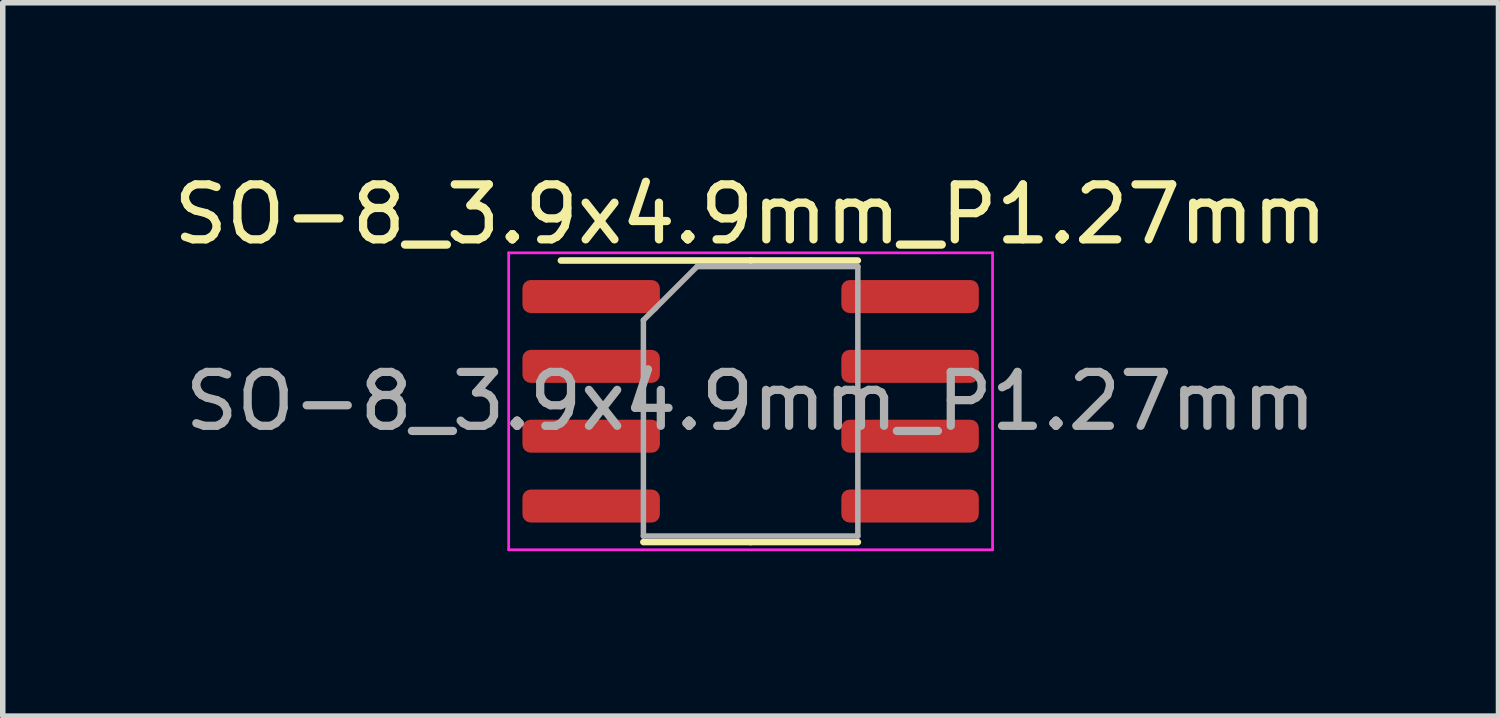
<source format=kicad_pcb>
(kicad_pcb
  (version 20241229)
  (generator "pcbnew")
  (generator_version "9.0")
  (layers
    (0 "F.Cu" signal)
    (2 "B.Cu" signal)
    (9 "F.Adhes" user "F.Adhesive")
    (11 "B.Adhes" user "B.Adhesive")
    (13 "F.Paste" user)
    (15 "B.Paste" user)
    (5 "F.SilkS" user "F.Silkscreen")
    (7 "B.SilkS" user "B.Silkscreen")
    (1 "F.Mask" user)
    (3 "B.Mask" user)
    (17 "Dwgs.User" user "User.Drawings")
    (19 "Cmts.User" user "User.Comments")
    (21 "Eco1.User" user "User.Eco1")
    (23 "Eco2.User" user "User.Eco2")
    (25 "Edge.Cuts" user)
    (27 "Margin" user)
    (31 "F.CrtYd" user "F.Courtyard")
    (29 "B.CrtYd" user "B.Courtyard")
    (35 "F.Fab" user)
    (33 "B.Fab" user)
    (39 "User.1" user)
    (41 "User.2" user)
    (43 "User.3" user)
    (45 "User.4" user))
  (footprint "SO-8_3.9x4.9mm_P1.27mm"
    (layer "F.Cu")
    (at 10.601 4.248)
    (property "Reference" "SO-8_3.9x4.9mm_P1.27mm" (at 0 -3.4 0) (layer "F.SilkS") (effects (font (size 1 1) (thickness 0.15))))
    (attr smd)
    (fp_line (start 0 -2.56) (end -3.45 -2.56) (stroke (width 0.12) (type solid)) (layer "F.SilkS"))
    (fp_line (start 0 -2.56) (end 1.95 -2.56) (stroke (width 0.12) (type solid)) (layer "F.SilkS"))
    (fp_line (start 0 2.56) (end -1.95 2.56) (stroke (width 0.12) (type solid)) (layer "F.SilkS"))
    (fp_line (start 0 2.56) (end 1.95 2.56) (stroke (width 0.12) (type solid)) (layer "F.SilkS"))
    (fp_line (start -4.4 -2.7) (end -4.4 2.7) (stroke (width 0.05) (type solid)) (layer "F.CrtYd"))
    (fp_line (start -4.4 2.7) (end 4.4 2.7) (stroke (width 0.05) (type solid)) (layer "F.CrtYd"))
    (fp_line (start 4.4 -2.7) (end -4.4 -2.7) (stroke (width 0.05) (type solid)) (layer "F.CrtYd"))
    (fp_line (start 4.4 2.7) (end 4.4 -2.7) (stroke (width 0.05) (type solid)) (layer "F.CrtYd"))
    (fp_line (start -1.95 -1.475) (end -0.975 -2.45) (stroke (width 0.1) (type solid)) (layer "F.Fab"))
    (fp_line (start -1.95 2.45) (end -1.95 -1.475) (stroke (width 0.1) (type solid)) (layer "F.Fab"))
    (fp_line (start -0.975 -2.45) (end 1.95 -2.45) (stroke (width 0.1) (type solid)) (layer "F.Fab"))
    (fp_line (start 1.95 -2.45) (end 1.95 2.45) (stroke (width 0.1) (type solid)) (layer "F.Fab"))
    (fp_line (start 1.95 2.45) (end -1.95 2.45) (stroke (width 0.1) (type solid)) (layer "F.Fab"))
    (fp_text user "${REFERENCE}" (at 0 0 0) (layer "F.Fab") (effects (font (size 0.98 0.98) (thickness 0.15))))
    (pad "1" smd roundrect (at -2.9 -1.905) (size 2.5 0.6) (layers "F.Cu" "F.Mask" "F.Paste") (roundrect_rratio 0.25))
    (pad "2" smd roundrect (at -2.9 -0.635) (size 2.5 0.6) (layers "F.Cu" "F.Mask" "F.Paste") (roundrect_rratio 0.25))
    (pad "3" smd roundrect (at -2.9 0.635) (size 2.5 0.6) (layers "F.Cu" "F.Mask" "F.Paste") (roundrect_rratio 0.25))
    (pad "4" smd roundrect (at -2.9 1.905) (size 2.5 0.6) (layers "F.Cu" "F.Mask" "F.Paste") (roundrect_rratio 0.25))
    (pad "5" smd roundrect (at 2.9 1.905) (size 2.5 0.6) (layers "F.Cu" "F.Mask" "F.Paste") (roundrect_rratio 0.25))
    (pad "6" smd roundrect (at 2.9 0.635) (size 2.5 0.6) (layers "F.Cu" "F.Mask" "F.Paste") (roundrect_rratio 0.25))
    (pad "7" smd roundrect (at 2.9 -0.635) (size 2.5 0.6) (layers "F.Cu" "F.Mask" "F.Paste") (roundrect_rratio 0.25))
    (pad "8" smd roundrect (at 2.9 -1.905) (size 2.5 0.6) (layers "F.Cu" "F.Mask" "F.Paste") (roundrect_rratio 0.25)))
  (gr_rect
    (start -3 -3)
    (end 24.202 9.973)
    (stroke (width 0.1) (type default))
    (fill no)
    (layer "Edge.Cuts")))
</source>
